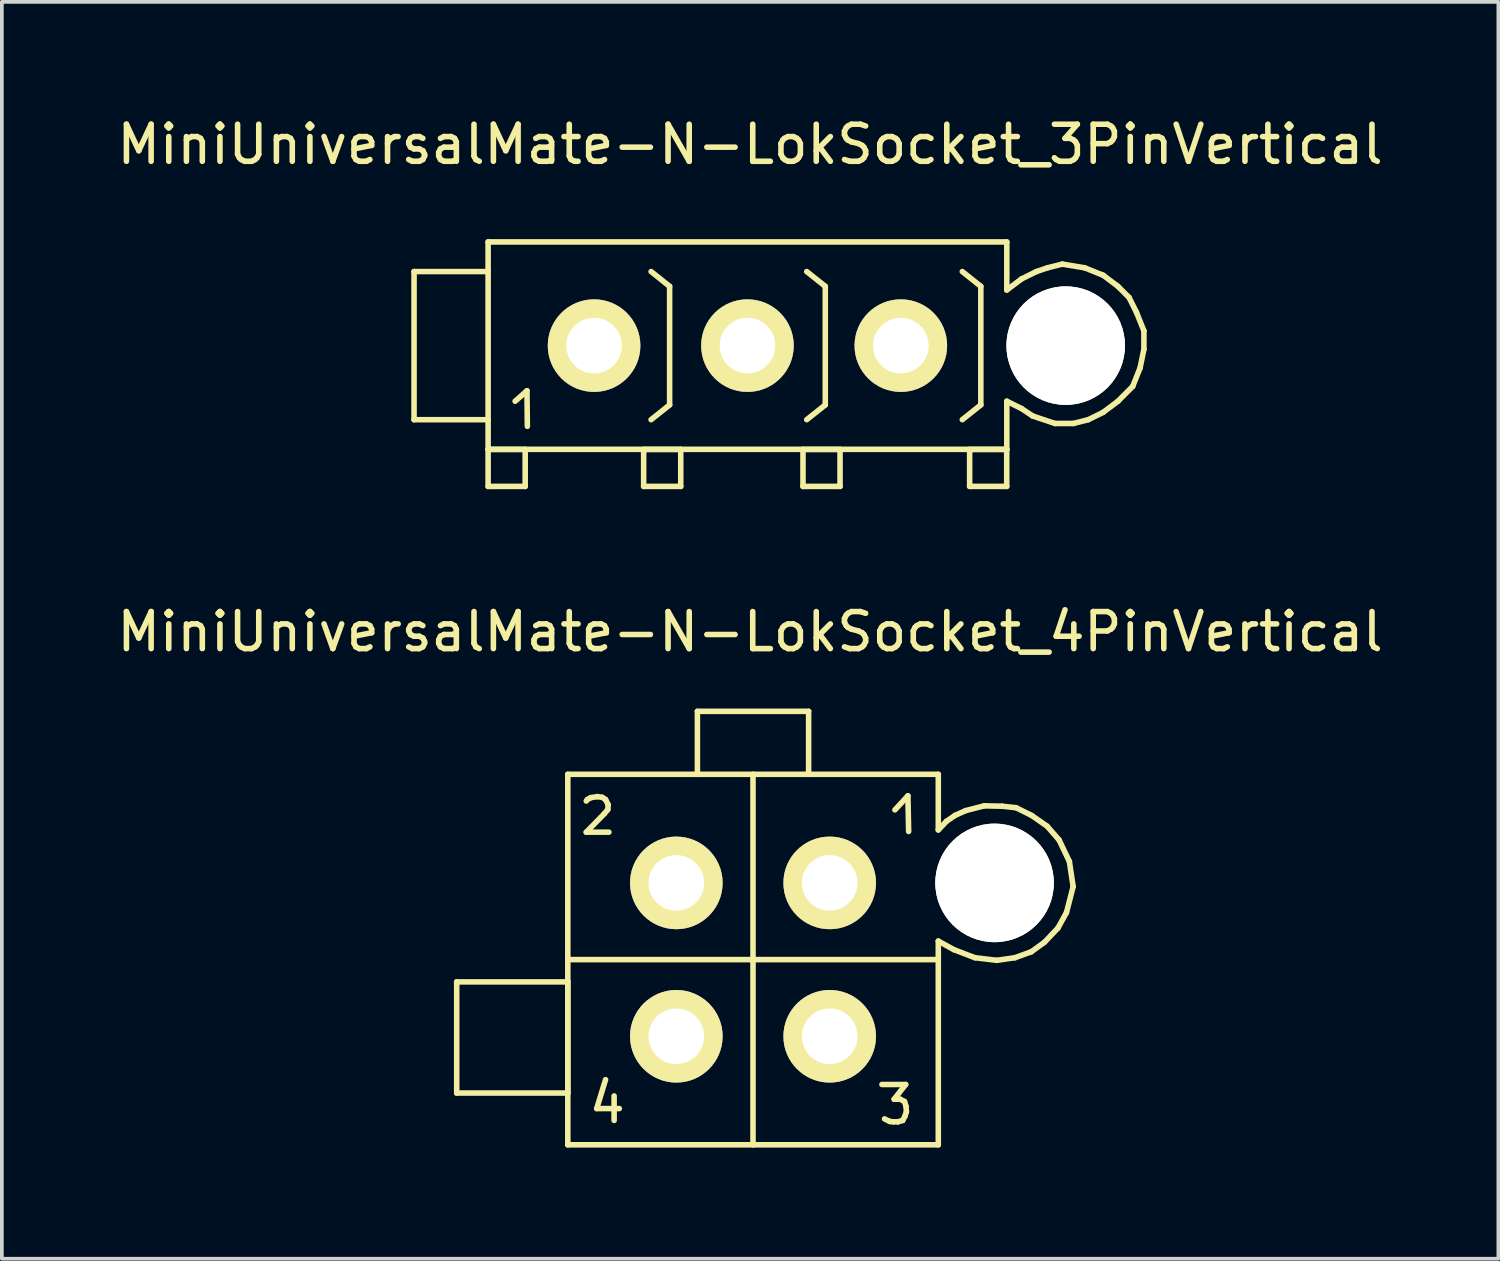
<source format=kicad_pcb>
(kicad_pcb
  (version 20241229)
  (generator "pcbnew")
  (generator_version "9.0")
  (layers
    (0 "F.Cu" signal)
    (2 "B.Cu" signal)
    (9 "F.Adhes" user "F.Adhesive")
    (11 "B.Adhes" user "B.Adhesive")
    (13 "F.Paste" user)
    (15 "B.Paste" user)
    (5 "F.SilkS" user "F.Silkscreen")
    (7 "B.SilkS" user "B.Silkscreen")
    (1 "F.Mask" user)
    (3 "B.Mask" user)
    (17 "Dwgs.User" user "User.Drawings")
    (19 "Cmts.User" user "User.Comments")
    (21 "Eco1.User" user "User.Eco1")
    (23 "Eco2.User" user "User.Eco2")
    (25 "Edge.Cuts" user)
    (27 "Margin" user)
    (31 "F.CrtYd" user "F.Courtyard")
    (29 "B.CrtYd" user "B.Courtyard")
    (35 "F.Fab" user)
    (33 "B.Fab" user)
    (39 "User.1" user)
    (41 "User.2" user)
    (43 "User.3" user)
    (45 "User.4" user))
  (footprint "MiniUniversalMate-N-LokSocket_3PinVertical"
    (layer "F.Cu")
    (at 17.125 6.279)
    (property "Reference" "MiniUniversalMate-N-LokSocket_3PinVertical" (at 0.071 -5.431 0) (layer "F.SilkS") (effects (font (size 1 1) (thickness 0.15))))
    (attr through_hole)
    (fp_line (start -8.999 -1.999) (end -8.999 1.999) (stroke (width 0.15) (type solid)) (layer "F.SilkS"))
    (fp_line (start -8.999 1.999) (end -7 1.999) (stroke (width 0.15) (type solid)) (layer "F.SilkS"))
    (fp_line (start -7 -2.799) (end -7 2.799) (stroke (width 0.15) (type solid)) (layer "F.SilkS"))
    (fp_line (start -7 -2.799) (end 7 -2.799) (stroke (width 0.15) (type solid)) (layer "F.SilkS"))
    (fp_line (start -7 -1.999) (end -8.999 -1.999) (stroke (width 0.15) (type solid)) (layer "F.SilkS"))
    (fp_line (start -7 2.799) (end 7 2.799) (stroke (width 0.15) (type solid)) (layer "F.SilkS"))
    (fp_line (start -7 2.802) (end -5.999 2.802) (stroke (width 0.15) (type solid)) (layer "F.SilkS"))
    (fp_line (start -7 3.8) (end -7 2.802) (stroke (width 0.15) (type solid)) (layer "F.SilkS"))
    (fp_line (start -6.271 1.501) (end -5.951 1.219) (stroke (width 0.15) (type solid)) (layer "F.SilkS"))
    (fp_line (start -5.999 2.802) (end -5.999 3.8) (stroke (width 0.15) (type solid)) (layer "F.SilkS"))
    (fp_line (start -5.999 3.8) (end -7 3.8) (stroke (width 0.15) (type solid)) (layer "F.SilkS"))
    (fp_line (start -5.951 1.219) (end -5.941 2.179) (stroke (width 0.15) (type solid)) (layer "F.SilkS"))
    (fp_line (start -2.802 2.802) (end -1.801 2.802) (stroke (width 0.15) (type solid)) (layer "F.SilkS"))
    (fp_line (start -2.802 3.8) (end -2.802 2.802) (stroke (width 0.15) (type solid)) (layer "F.SilkS"))
    (fp_line (start -2.101 -1.6) (end -2.601 -1.999) (stroke (width 0.15) (type solid)) (layer "F.SilkS"))
    (fp_line (start -2.101 -1.6) (end -2.101 1.6) (stroke (width 0.15) (type solid)) (layer "F.SilkS"))
    (fp_line (start -2.101 1.6) (end -2.601 1.999) (stroke (width 0.15) (type solid)) (layer "F.SilkS"))
    (fp_line (start -1.801 2.802) (end -1.801 3.8) (stroke (width 0.15) (type solid)) (layer "F.SilkS"))
    (fp_line (start -1.801 3.8) (end -2.802 3.8) (stroke (width 0.15) (type solid)) (layer "F.SilkS"))
    (fp_line (start 1.499 2.802) (end 2.499 2.802) (stroke (width 0.15) (type solid)) (layer "F.SilkS"))
    (fp_line (start 1.499 3.8) (end 1.499 2.802) (stroke (width 0.15) (type solid)) (layer "F.SilkS"))
    (fp_line (start 2.101 -1.6) (end 1.6 -1.999) (stroke (width 0.15) (type solid)) (layer "F.SilkS"))
    (fp_line (start 2.101 -1.6) (end 2.101 1.6) (stroke (width 0.15) (type solid)) (layer "F.SilkS"))
    (fp_line (start 2.101 1.6) (end 1.6 1.999) (stroke (width 0.15) (type solid)) (layer "F.SilkS"))
    (fp_line (start 2.499 2.802) (end 2.499 3.8) (stroke (width 0.15) (type solid)) (layer "F.SilkS"))
    (fp_line (start 2.499 3.8) (end 1.499 3.8) (stroke (width 0.15) (type solid)) (layer "F.SilkS"))
    (fp_line (start 5.997 2.802) (end 6.998 2.802) (stroke (width 0.15) (type solid)) (layer "F.SilkS"))
    (fp_line (start 5.997 3.8) (end 5.997 2.802) (stroke (width 0.15) (type solid)) (layer "F.SilkS"))
    (fp_line (start 6.299 -1.6) (end 5.799 -1.999) (stroke (width 0.15) (type solid)) (layer "F.SilkS"))
    (fp_line (start 6.299 -1.6) (end 6.299 1.6) (stroke (width 0.15) (type solid)) (layer "F.SilkS"))
    (fp_line (start 6.299 1.6) (end 5.799 1.999) (stroke (width 0.15) (type solid)) (layer "F.SilkS"))
    (fp_line (start 6.998 2.802) (end 6.998 3.8) (stroke (width 0.15) (type solid)) (layer "F.SilkS"))
    (fp_line (start 6.998 3.8) (end 5.997 3.8) (stroke (width 0.15) (type solid)) (layer "F.SilkS"))
    (fp_line (start 7 -2.799) (end 7 -1.501) (stroke (width 0.15) (type solid)) (layer "F.SilkS"))
    (fp_line (start 7 -1.501) (end 7.399 -1.801) (stroke (width 0.15) (type solid)) (layer "F.SilkS"))
    (fp_line (start 7 2.799) (end 7 1.501) (stroke (width 0.15) (type solid)) (layer "F.SilkS"))
    (fp_line (start 7.399 -1.801) (end 7.8 -1.999) (stroke (width 0.15) (type solid)) (layer "F.SilkS"))
    (fp_line (start 7.399 1.699) (end 7 1.501) (stroke (width 0.15) (type solid)) (layer "F.SilkS"))
    (fp_line (start 7.699 1.9) (end 7.399 1.699) (stroke (width 0.15) (type solid)) (layer "F.SilkS"))
    (fp_line (start 7.8 -1.999) (end 8.1 -2.101) (stroke (width 0.15) (type solid)) (layer "F.SilkS"))
    (fp_line (start 8.1 -2.101) (end 8.499 -2.2) (stroke (width 0.15) (type solid)) (layer "F.SilkS"))
    (fp_line (start 8.301 2.101) (end 7.699 1.9) (stroke (width 0.15) (type solid)) (layer "F.SilkS"))
    (fp_line (start 8.499 -2.2) (end 9.101 -2.101) (stroke (width 0.15) (type solid)) (layer "F.SilkS"))
    (fp_line (start 8.801 2.101) (end 8.301 2.101) (stroke (width 0.15) (type solid)) (layer "F.SilkS"))
    (fp_line (start 9.101 -2.101) (end 9.601 -1.9) (stroke (width 0.15) (type solid)) (layer "F.SilkS"))
    (fp_line (start 9.2 1.999) (end 8.801 2.101) (stroke (width 0.15) (type solid)) (layer "F.SilkS"))
    (fp_line (start 9.601 -1.9) (end 10 -1.6) (stroke (width 0.15) (type solid)) (layer "F.SilkS"))
    (fp_line (start 9.601 1.801) (end 9.2 1.999) (stroke (width 0.15) (type solid)) (layer "F.SilkS"))
    (fp_line (start 10 -1.6) (end 10.3 -1.3) (stroke (width 0.15) (type solid)) (layer "F.SilkS"))
    (fp_line (start 10 1.501) (end 9.601 1.801) (stroke (width 0.15) (type solid)) (layer "F.SilkS"))
    (fp_line (start 10.3 -1.3) (end 10.5 -0.899) (stroke (width 0.15) (type solid)) (layer "F.SilkS"))
    (fp_line (start 10.399 1.1) (end 10 1.501) (stroke (width 0.15) (type solid)) (layer "F.SilkS"))
    (fp_line (start 10.5 -0.899) (end 10.701 -0.399) (stroke (width 0.15) (type solid)) (layer "F.SilkS"))
    (fp_line (start 10.599 0.599) (end 10.399 1.1) (stroke (width 0.15) (type solid)) (layer "F.SilkS"))
    (fp_line (start 10.701 -0.399) (end 10.701 0.099) (stroke (width 0.15) (type solid)) (layer "F.SilkS"))
    (fp_line (start 10.701 0.099) (end 10.599 0.599) (stroke (width 0.15) (type solid)) (layer "F.SilkS"))
    (pad "" np_thru_hole circle (at 8.59 0) (size 3.2 3.2) (drill 3.2) (layers "*.Cu" "*.Mask" "F.SilkS"))
    (pad "1" thru_hole circle (at -4.14 0 90) (size 2.499 2.499) (drill 1.501) (layers "*.Cu" "*.Mask" "F.SilkS"))
    (pad "2" thru_hole circle (at 0 0 90) (size 2.499 2.499) (drill 1.501) (layers "*.Cu" "*.Mask" "F.SilkS"))
    (pad "3" thru_hole circle (at 4.14 0 90) (size 2.499 2.499) (drill 1.501) (layers "*.Cu" "*.Mask" "F.SilkS")))
  (footprint "MiniUniversalMate-N-LokSocket_4PinVertical"
    (layer "F.Cu")
    (at 17.275 22.851)
    (property "Reference" "MiniUniversalMate-N-LokSocket_4PinVertical" (at -0.079 -8.849 0) (layer "F.SilkS") (effects (font (size 1 1) (thickness 0.15))))
    (attr through_hole)
    (fp_line (start -7.998 0.602) (end -4.999 0.602) (stroke (width 0.15) (type solid)) (layer "F.SilkS"))
    (fp_line (start -7.998 3.602) (end -7.998 0.602) (stroke (width 0.15) (type solid)) (layer "F.SilkS"))
    (fp_line (start -4.999 -5.001) (end -4.999 4.999) (stroke (width 0.15) (type solid)) (layer "F.SilkS"))
    (fp_line (start -4.999 0) (end 5.001 0) (stroke (width 0.15) (type solid)) (layer "F.SilkS"))
    (fp_line (start -4.999 0.602) (end -4.999 3.602) (stroke (width 0.15) (type solid)) (layer "F.SilkS"))
    (fp_line (start -4.999 3.602) (end -7.998 3.602) (stroke (width 0.15) (type solid)) (layer "F.SilkS"))
    (fp_line (start -4.999 4.999) (end 5.001 4.999) (stroke (width 0.15) (type solid)) (layer "F.SilkS"))
    (fp_line (start -4.501 -4.28) (end -4.47 -4.321) (stroke (width 0.15) (type solid)) (layer "F.SilkS"))
    (fp_line (start -4.501 -3.439) (end -3.889 -3.439) (stroke (width 0.15) (type solid)) (layer "F.SilkS"))
    (fp_line (start -4.47 -4.321) (end -4.379 -4.371) (stroke (width 0.15) (type solid)) (layer "F.SilkS"))
    (fp_line (start -4.379 -4.371) (end -4.201 -4.399) (stroke (width 0.15) (type solid)) (layer "F.SilkS"))
    (fp_line (start -4.219 4.021) (end -3.609 4.021) (stroke (width 0.15) (type solid)) (layer "F.SilkS"))
    (fp_line (start -4.201 -4.399) (end -4.069 -4.379) (stroke (width 0.15) (type solid)) (layer "F.SilkS"))
    (fp_line (start -4.069 -4.379) (end -3.98 -4.321) (stroke (width 0.15) (type solid)) (layer "F.SilkS"))
    (fp_line (start -4.011 -3.94) (end -4.501 -3.439) (stroke (width 0.15) (type solid)) (layer "F.SilkS"))
    (fp_line (start -3.98 -4.321) (end -3.909 -4.181) (stroke (width 0.15) (type solid)) (layer "F.SilkS"))
    (fp_line (start -3.98 3.241) (end -4.219 4.021) (stroke (width 0.15) (type solid)) (layer "F.SilkS"))
    (fp_line (start -3.919 -4.051) (end -4.011 -3.94) (stroke (width 0.15) (type solid)) (layer "F.SilkS"))
    (fp_line (start -3.909 -4.181) (end -3.919 -4.051) (stroke (width 0.15) (type solid)) (layer "F.SilkS"))
    (fp_line (start -3.749 3.68) (end -3.749 4.341) (stroke (width 0.15) (type solid)) (layer "F.SilkS"))
    (fp_line (start -1.501 -6.701) (end -1.501 -5.001) (stroke (width 0.15) (type solid)) (layer "F.SilkS"))
    (fp_line (start 0 -5.001) (end 0 4.999) (stroke (width 0.15) (type solid)) (layer "F.SilkS"))
    (fp_line (start 1.501 -6.701) (end -1.501 -6.701) (stroke (width 0.15) (type solid)) (layer "F.SilkS"))
    (fp_line (start 1.501 -5.001) (end 1.501 -6.701) (stroke (width 0.15) (type solid)) (layer "F.SilkS"))
    (fp_line (start 3.48 3.371) (end 4.12 3.371) (stroke (width 0.15) (type solid)) (layer "F.SilkS"))
    (fp_line (start 3.691 4.369) (end 3.551 4.3) (stroke (width 0.15) (type solid)) (layer "F.SilkS"))
    (fp_line (start 3.79 4.379) (end 3.691 4.369) (stroke (width 0.15) (type solid)) (layer "F.SilkS"))
    (fp_line (start 3.81 3.769) (end 3.97 3.769) (stroke (width 0.15) (type solid)) (layer "F.SilkS"))
    (fp_line (start 3.83 -4.041) (end 4.181 -4.42) (stroke (width 0.15) (type solid)) (layer "F.SilkS"))
    (fp_line (start 3.909 4.379) (end 3.79 4.379) (stroke (width 0.15) (type solid)) (layer "F.SilkS"))
    (fp_line (start 3.97 3.769) (end 4.089 3.83) (stroke (width 0.15) (type solid)) (layer "F.SilkS"))
    (fp_line (start 4.041 4.341) (end 3.909 4.379) (stroke (width 0.15) (type solid)) (layer "F.SilkS"))
    (fp_line (start 4.089 3.83) (end 4.13 3.96) (stroke (width 0.15) (type solid)) (layer "F.SilkS"))
    (fp_line (start 4.1 4.229) (end 4.041 4.341) (stroke (width 0.15) (type solid)) (layer "F.SilkS"))
    (fp_line (start 4.12 3.371) (end 3.81 3.769) (stroke (width 0.15) (type solid)) (layer "F.SilkS"))
    (fp_line (start 4.13 3.96) (end 4.14 4.11) (stroke (width 0.15) (type solid)) (layer "F.SilkS"))
    (fp_line (start 4.14 4.11) (end 4.1 4.229) (stroke (width 0.15) (type solid)) (layer "F.SilkS"))
    (fp_line (start 4.181 -4.42) (end 4.201 -3.459) (stroke (width 0.15) (type solid)) (layer "F.SilkS"))
    (fp_line (start 5.001 -5.001) (end -4.999 -5.001) (stroke (width 0.15) (type solid)) (layer "F.SilkS"))
    (fp_line (start 5.001 -5.001) (end 5.001 -3.5) (stroke (width 0.15) (type solid)) (layer "F.SilkS"))
    (fp_line (start 5.001 -3.5) (end 5.22 -3.731) (stroke (width 0.15) (type solid)) (layer "F.SilkS"))
    (fp_line (start 5.001 4.999) (end 5.001 -0.5) (stroke (width 0.15) (type solid)) (layer "F.SilkS"))
    (fp_line (start 5.22 -3.731) (end 5.451 -3.891) (stroke (width 0.15) (type solid)) (layer "F.SilkS"))
    (fp_line (start 5.42 -0.269) (end 5.001 -0.5) (stroke (width 0.15) (type solid)) (layer "F.SilkS"))
    (fp_line (start 5.451 -3.891) (end 5.74 -4.021) (stroke (width 0.15) (type solid)) (layer "F.SilkS"))
    (fp_line (start 5.74 -4.021) (end 6.241 -4.15) (stroke (width 0.15) (type solid)) (layer "F.SilkS"))
    (fp_line (start 5.989 -0.051) (end 5.42 -0.269) (stroke (width 0.15) (type solid)) (layer "F.SilkS"))
    (fp_line (start 6.241 -4.15) (end 6.721 -4.14) (stroke (width 0.15) (type solid)) (layer "F.SilkS"))
    (fp_line (start 6.581 0.02) (end 5.989 -0.051) (stroke (width 0.15) (type solid)) (layer "F.SilkS"))
    (fp_line (start 6.721 -4.14) (end 7.099 -4.1) (stroke (width 0.15) (type solid)) (layer "F.SilkS"))
    (fp_line (start 7.071 -0.051) (end 6.581 0.02) (stroke (width 0.15) (type solid)) (layer "F.SilkS"))
    (fp_line (start 7.099 -4.1) (end 7.521 -3.891) (stroke (width 0.15) (type solid)) (layer "F.SilkS"))
    (fp_line (start 7.511 -0.211) (end 7.071 -0.051) (stroke (width 0.15) (type solid)) (layer "F.SilkS"))
    (fp_line (start 7.521 -3.891) (end 7.94 -3.599) (stroke (width 0.15) (type solid)) (layer "F.SilkS"))
    (fp_line (start 7.869 -0.47) (end 7.511 -0.211) (stroke (width 0.15) (type solid)) (layer "F.SilkS"))
    (fp_line (start 7.94 -3.599) (end 8.26 -3.231) (stroke (width 0.15) (type solid)) (layer "F.SilkS"))
    (fp_line (start 8.23 -0.851) (end 7.869 -0.47) (stroke (width 0.15) (type solid)) (layer "F.SilkS"))
    (fp_line (start 8.26 -3.231) (end 8.539 -2.649) (stroke (width 0.15) (type solid)) (layer "F.SilkS"))
    (fp_line (start 8.461 -1.27) (end 8.23 -0.851) (stroke (width 0.15) (type solid)) (layer "F.SilkS"))
    (fp_line (start 8.539 -2.649) (end 8.641 -1.971) (stroke (width 0.15) (type solid)) (layer "F.SilkS"))
    (fp_line (start 8.641 -1.971) (end 8.461 -1.27) (stroke (width 0.15) (type solid)) (layer "F.SilkS"))
    (pad "" np_thru_hole circle (at 6.52 -2.07 90) (size 3.2 3.2) (drill 3.2) (layers "*.Cu" "*.Mask" "F.SilkS"))
    (pad "1" thru_hole circle (at 2.07 -2.07 90) (size 2.499 2.499) (drill 1.501) (layers "*.Cu" "*.Mask" "F.SilkS"))
    (pad "2" thru_hole circle (at -2.07 -2.07 90) (size 2.499 2.499) (drill 1.501) (layers "*.Cu" "*.Mask" "F.SilkS"))
    (pad "3" thru_hole circle (at 2.07 2.07 90) (size 2.499 2.499) (drill 1.501) (layers "*.Cu" "*.Mask" "F.SilkS"))
    (pad "4" thru_hole circle (at -2.07 2.07 90) (size 2.499 2.499) (drill 1.501) (layers "*.Cu" "*.Mask" "F.SilkS")))
  (gr_rect
    (start -3 -3)
    (end 37.393 30.925)
    (stroke (width 0.1) (type default))
    (fill no)
    (layer "Edge.Cuts")))
</source>
